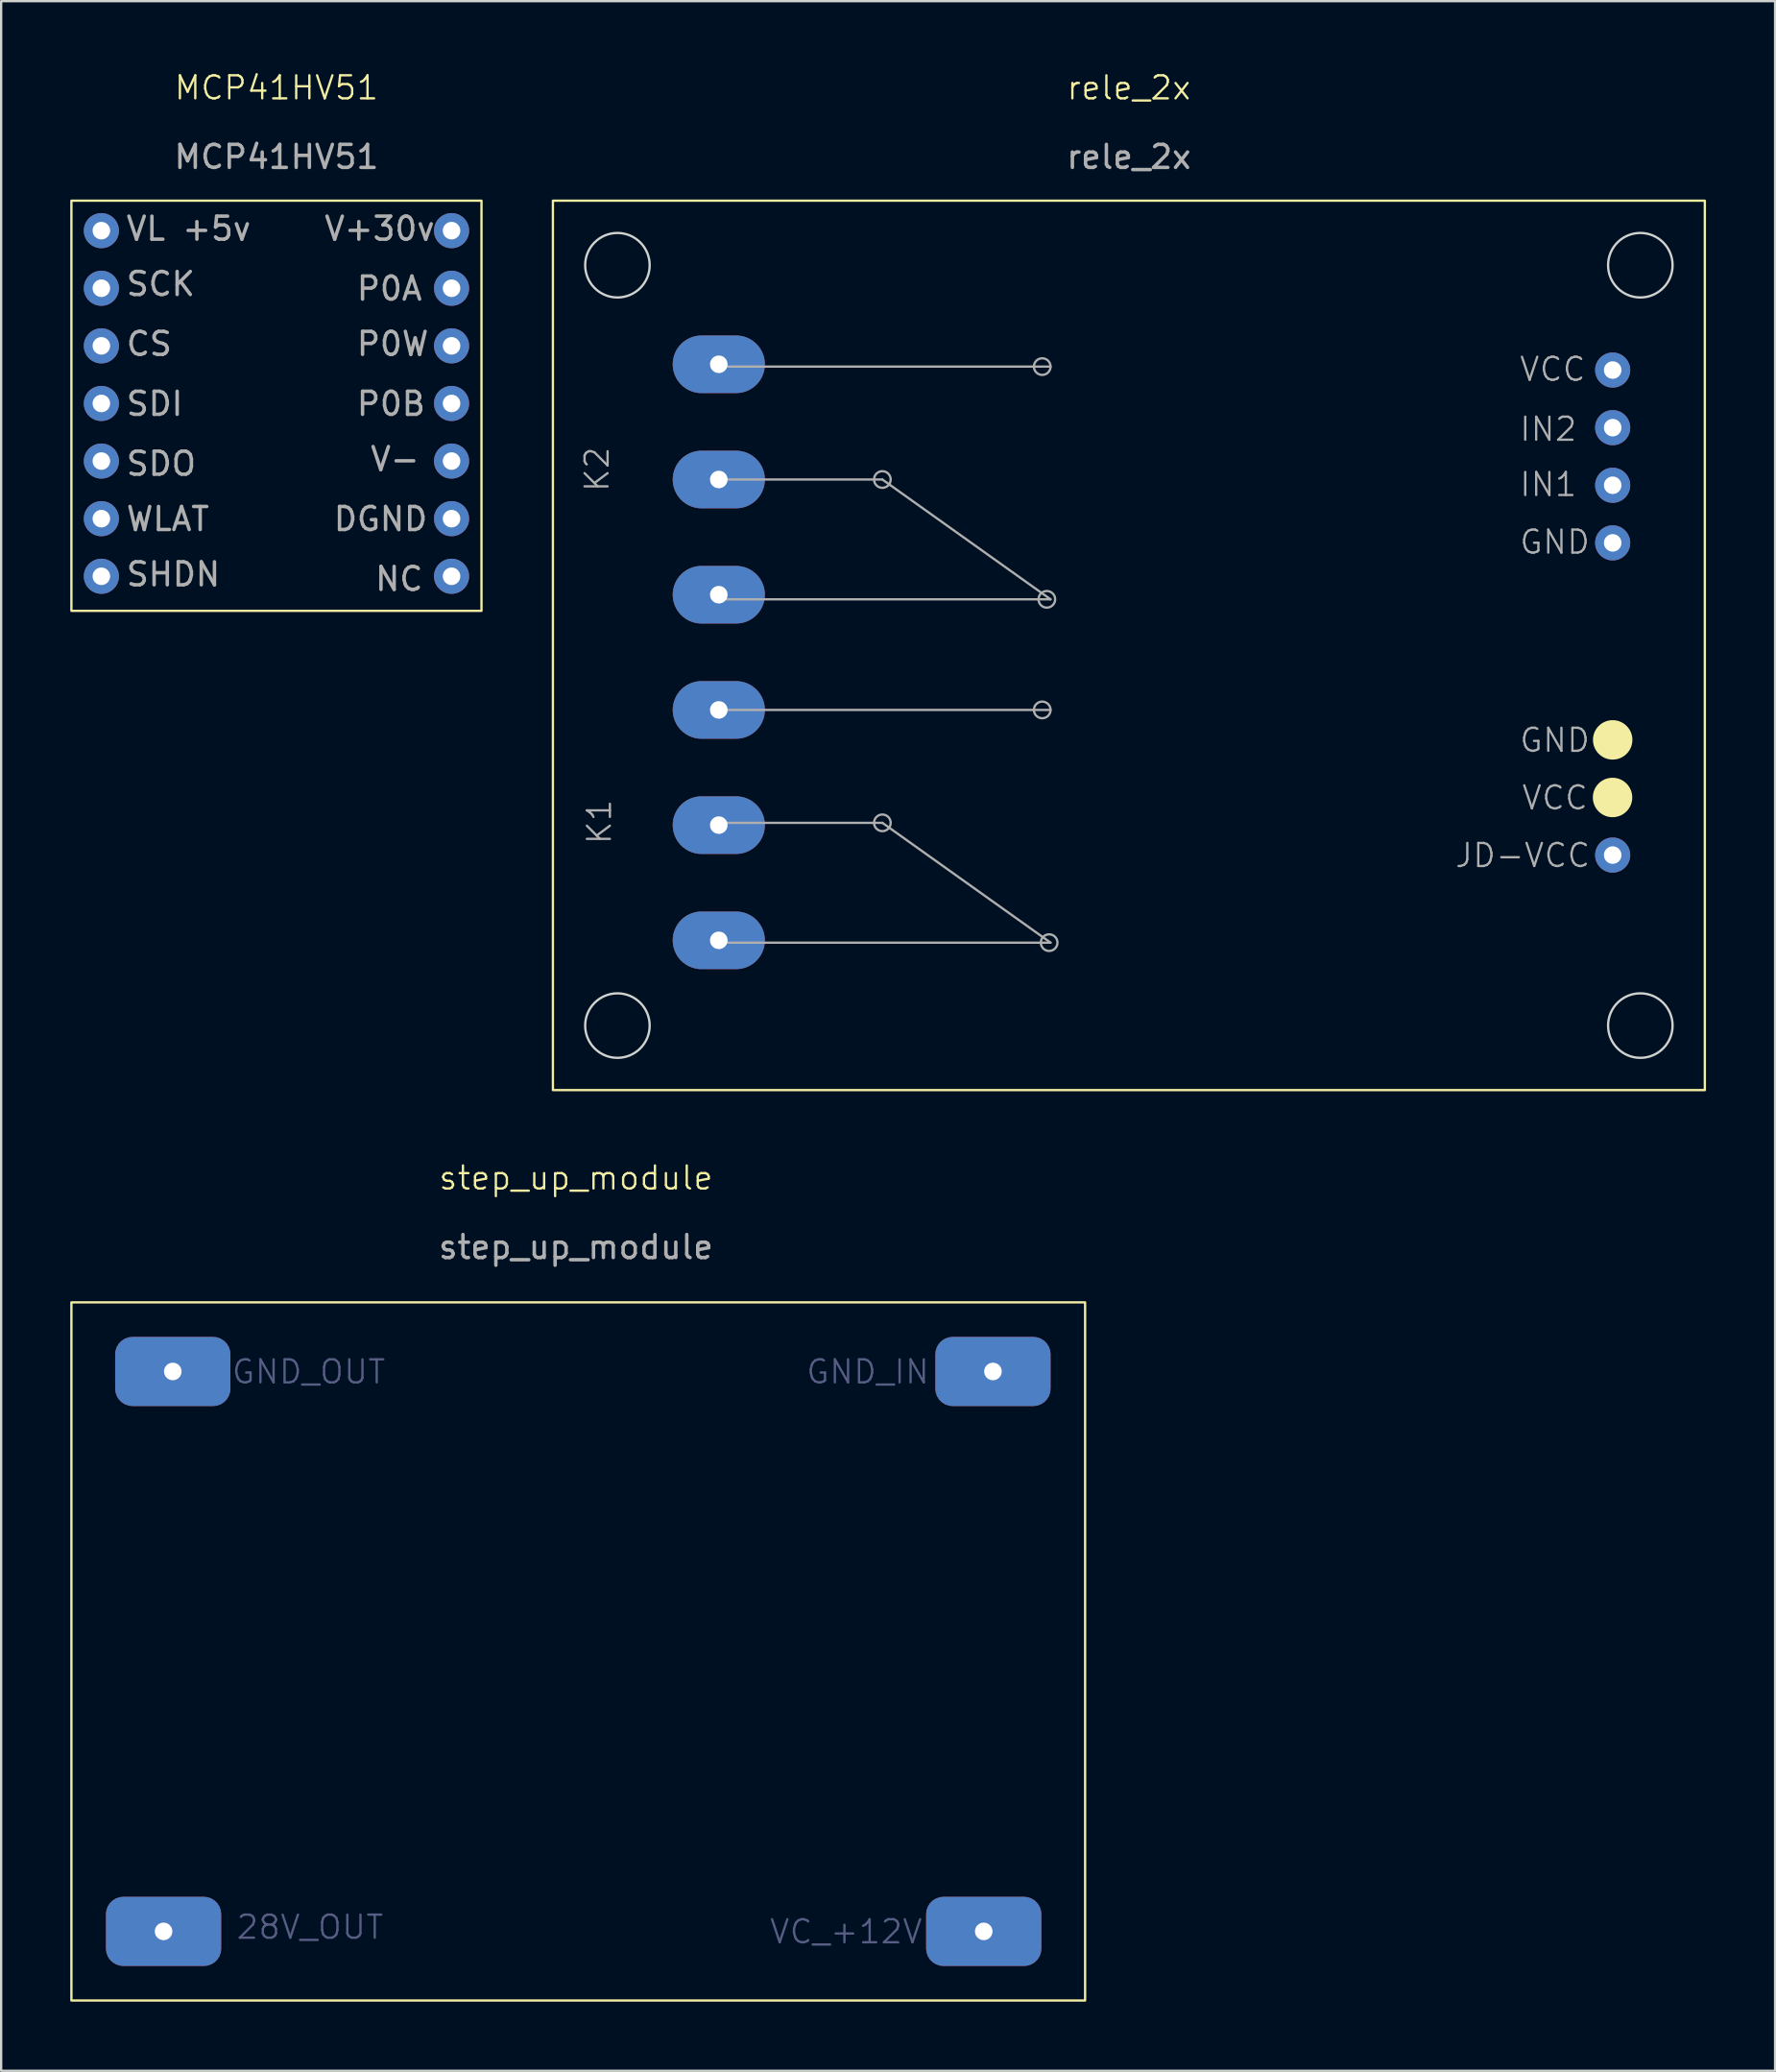
<source format=kicad_pcb>
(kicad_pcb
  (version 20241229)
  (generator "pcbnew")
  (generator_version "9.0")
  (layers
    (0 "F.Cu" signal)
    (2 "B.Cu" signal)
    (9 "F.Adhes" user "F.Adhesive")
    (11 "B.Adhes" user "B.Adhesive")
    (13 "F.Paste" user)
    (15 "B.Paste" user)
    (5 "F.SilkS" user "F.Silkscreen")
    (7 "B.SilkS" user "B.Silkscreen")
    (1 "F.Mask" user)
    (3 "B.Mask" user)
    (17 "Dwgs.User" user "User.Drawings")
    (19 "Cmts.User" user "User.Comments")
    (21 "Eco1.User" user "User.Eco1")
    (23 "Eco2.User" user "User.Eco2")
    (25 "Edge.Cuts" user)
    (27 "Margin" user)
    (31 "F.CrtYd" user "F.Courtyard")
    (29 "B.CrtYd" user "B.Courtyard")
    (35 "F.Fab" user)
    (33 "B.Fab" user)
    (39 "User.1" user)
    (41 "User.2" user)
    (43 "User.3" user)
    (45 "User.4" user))
  (footprint "MCP41HV51"
    (layer "F.Cu")
    (at 8.95 1.26)
    (property "Reference" "MCP41HV51" (at 0 -0.5 0) (unlocked yes) (layer "F.SilkS") (effects (font (size 1 1) (thickness 0.1))))
    (attr through_hole)
    (fp_rect (start -8.9 4.4) (end 8.9 22.2) (stroke (width 0.1) (type default)) (fill no) (layer "F.SilkS"))
    (fp_text user "NC" (at 4.2 21.4 0) (unlocked yes) (layer "F.Fab") (effects (font (size 1 1) (thickness 0.15)) (justify left bottom)))
    (fp_text user "VL +5v" (at -6.6 6.2 0) (unlocked yes) (layer "F.Fab") (effects (font (size 1 1) (thickness 0.15)) (justify left bottom)))
    (fp_text user "V+30v" (at 2 6.2 0) (unlocked yes) (layer "F.Fab") (effects (font (size 1 1) (thickness 0.15)) (justify left bottom)))
    (fp_text user "P0B" (at 3.4 13.8 0) (unlocked yes) (layer "F.Fab") (effects (font (size 1 1) (thickness 0.15)) (justify left bottom)))
    (fp_text user "SHDN" (at -6.6 21.2 0) (unlocked yes) (layer "F.Fab") (effects (font (size 1 1) (thickness 0.15)) (justify left bottom)))
    (fp_text user "P0W" (at 3.4 11.2 0) (unlocked yes) (layer "F.Fab") (effects (font (size 1 1) (thickness 0.15)) (justify left bottom)))
    (fp_text user "V-" (at 4 16.2 0) (unlocked yes) (layer "F.Fab") (effects (font (size 1 1) (thickness 0.15)) (justify left bottom)))
    (fp_text user "${REFERENCE}" (at 0 2.5 0) (unlocked yes) (layer "F.Fab") (effects (font (size 1 1) (thickness 0.15))))
    (fp_text user "SDO" (at -6.6 16.4 0) (unlocked yes) (layer "F.Fab") (effects (font (size 1 1) (thickness 0.15)) (justify left bottom)))
    (fp_text user "DGND" (at 2.4 18.8 0) (unlocked yes) (layer "F.Fab") (effects (font (size 1 1) (thickness 0.15)) (justify left bottom)))
    (fp_text user "CS" (at -6.6 11.2 0) (unlocked yes) (layer "F.Fab") (effects (font (size 1 1) (thickness 0.15)) (justify left bottom)))
    (fp_text user "P0A" (at 3.4 8.8 0) (unlocked yes) (layer "F.Fab") (effects (font (size 1 1) (thickness 0.15)) (justify left bottom)))
    (fp_text user "SCK" (at -6.6 8.6 0) (unlocked yes) (layer "F.Fab") (effects (font (size 1 1) (thickness 0.15)) (justify left bottom)))
    (fp_text user "WLAT" (at -6.6 18.8 0) (unlocked yes) (layer "F.Fab") (effects (font (size 1 1) (thickness 0.15)) (justify left bottom)))
    (fp_text user "SDI" (at -6.6 13.8 0) (unlocked yes) (layer "F.Fab") (effects (font (size 1 1) (thickness 0.15)) (justify left bottom)))
    (pad "1" thru_hole circle (at -7.6 5.7) (size 1.524 1.524) (drill 0.762) (layers "*.Cu" "*.Mask"))
    (pad "2" thru_hole circle (at -7.6 8.2) (size 1.524 1.524) (drill 0.762) (layers "*.Cu" "*.Mask"))
    (pad "3" thru_hole circle (at -7.6 10.7) (size 1.524 1.524) (drill 0.762) (layers "*.Cu" "*.Mask"))
    (pad "4" thru_hole circle (at -7.6 13.2) (size 1.524 1.524) (drill 0.762) (layers "*.Cu" "*.Mask"))
    (pad "5" thru_hole circle (at -7.6 15.7) (size 1.524 1.524) (drill 0.762) (layers "*.Cu" "*.Mask"))
    (pad "6" thru_hole circle (at -7.6 18.2) (size 1.524 1.524) (drill 0.762) (layers "*.Cu" "*.Mask"))
    (pad "7" thru_hole circle (at -7.6 20.7) (size 1.524 1.524) (drill 0.762) (layers "*.Cu" "*.Mask"))
    (pad "8" thru_hole circle (at 7.6 20.7) (size 1.524 1.524) (drill 0.762) (layers "*.Cu" "*.Mask"))
    (pad "9" thru_hole circle (at 7.6 18.2) (size 1.524 1.524) (drill 0.762) (layers "*.Cu" "*.Mask"))
    (pad "10" thru_hole circle (at 7.6 15.7) (size 1.524 1.524) (drill 0.762) (layers "*.Cu" "*.Mask"))
    (pad "11" thru_hole circle (at 7.6 13.2) (size 1.524 1.524) (drill 0.762) (layers "*.Cu" "*.Mask"))
    (pad "12" thru_hole circle (at 7.6 10.7) (size 1.524 1.524) (drill 0.762) (layers "*.Cu" "*.Mask"))
    (pad "13" thru_hole circle (at 7.6 8.2) (size 1.524 1.524) (drill 0.762) (layers "*.Cu" "*.Mask"))
    (pad "14" thru_hole circle (at 7.6 5.7) (size 1.524 1.524) (drill 0.762) (layers "*.Cu" "*.Mask")))
  (footprint "rele_2x"
    (layer "F.Cu")
    (at 45.95 1.26)
    (property "Reference" "rele_2x" (at 0 -0.5 0) (unlocked yes) (layer "F.SilkS") (effects (font (size 1 1) (thickness 0.1))))
    (attr through_hole)
    (fp_rect (start -25 4.4) (end 25 43) (stroke (width 0.1) (type default)) (fill no) (layer "F.SilkS"))
    (fp_circle (center 20.994 30.3) (end 21.8 30.3) (stroke (width 0.1) (type solid)) (fill yes) (layer "F.SilkS"))
    (fp_circle (center 21 27.8) (end 21.806 27.8) (stroke (width 0.1) (type solid)) (fill yes) (layer "F.SilkS"))
    (fp_circle (center -22.2 7.2) (end -20.8 7.2) (stroke (width 0.1) (type default)) (fill no) (layer "Edge.Cuts"))
    (fp_circle (center -22.2 40.2) (end -20.8 40.2) (stroke (width 0.1) (type default)) (fill no) (layer "Edge.Cuts"))
    (fp_circle (center 22.2 7.2) (end 23.6 7.2) (stroke (width 0.1) (type default)) (fill no) (layer "Edge.Cuts"))
    (fp_circle (center 22.2 40.2) (end 23.6 40.2) (stroke (width 0.1) (type default)) (fill no) (layer "Edge.Cuts"))
    (fp_line (start -17.8 11.6) (end -3.4 11.6) (stroke (width 0.1) (type default)) (layer "F.Fab"))
    (fp_line (start -17.8 21.7) (end -3.4 21.7) (stroke (width 0.1) (type default)) (layer "F.Fab"))
    (fp_line (start -17.8 26.5) (end -3.4 26.5) (stroke (width 0.1) (type default)) (layer "F.Fab"))
    (fp_line (start -17.8 36.6) (end -3.4 36.6) (stroke (width 0.1) (type default)) (layer "F.Fab"))
    (fp_line (start -17.7 16.5) (end -10.7 16.5) (stroke (width 0.1) (type default)) (layer "F.Fab"))
    (fp_line (start -17.7 31.4) (end -10.7 31.4) (stroke (width 0.1) (type default)) (layer "F.Fab"))
    (fp_line (start -10.7 16.5) (end -3.4 21.7) (stroke (width 0.1) (type default)) (layer "F.Fab"))
    (fp_line (start -10.7 31.4) (end -3.4 36.6) (stroke (width 0.1) (type default)) (layer "F.Fab"))
    (fp_circle (center -10.7 16.5) (end -10.339 16.5) (stroke (width 0.1) (type solid)) (fill no) (layer "F.Fab"))
    (fp_circle (center -10.7 31.4) (end -10.339 31.4) (stroke (width 0.1) (type solid)) (fill no) (layer "F.Fab"))
    (fp_circle (center -3.761 11.6) (end -3.4 11.6) (stroke (width 0.1) (type solid)) (fill no) (layer "F.Fab"))
    (fp_circle (center -3.761 26.5) (end -3.4 26.5) (stroke (width 0.1) (type solid)) (fill no) (layer "F.Fab"))
    (fp_circle (center -3.561 21.7) (end -3.2 21.7) (stroke (width 0.1) (type solid)) (fill no) (layer "F.Fab"))
    (fp_circle (center -3.461 36.6) (end -3.1 36.6) (stroke (width 0.1) (type solid)) (fill no) (layer "F.Fab"))
    (fp_text user "K1" (at -22.4 32.4 90) (unlocked yes) (layer "F.Fab") (effects (font (size 1 1) (thickness 0.1)) (justify left bottom)))
    (fp_text user "VCC" (at 17 30.9 0) (unlocked yes) (layer "F.Fab") (effects (font (size 1 1) (thickness 0.1)) (justify left bottom)))
    (fp_text user "IN2" (at 16.9 14.9 0) (unlocked yes) (layer "F.Fab") (effects (font (size 1 1) (thickness 0.1)) (justify left bottom)))
    (fp_text user "GND" (at 16.9 28.4 0) (unlocked yes) (layer "F.Fab") (effects (font (size 1 1) (thickness 0.1)) (justify left bottom)))
    (fp_text user "GND" (at 16.9 19.8 0) (unlocked yes) (layer "F.Fab") (effects (font (size 1 1) (thickness 0.1)) (justify left bottom)))
    (fp_text user "IN1" (at 16.9 17.3 0) (unlocked yes) (layer "F.Fab") (effects (font (size 1 1) (thickness 0.1)) (justify left bottom)))
    (fp_text user "K2" (at -22.5 17.1 90) (unlocked yes) (layer "F.Fab") (effects (font (size 1 1) (thickness 0.1)) (justify left bottom)))
    (fp_text user "JD-VCC" (at 14.1 33.4 0) (unlocked yes) (layer "F.Fab") (effects (font (size 1 1) (thickness 0.1)) (justify left bottom)))
    (fp_text user "${REFERENCE}" (at 0 2.5 0) (unlocked yes) (layer "F.Fab") (effects (font (size 1 1) (thickness 0.15))))
    (fp_text user "VCC" (at 16.9 12.3 0) (unlocked yes) (layer "F.Fab") (effects (font (size 1 1) (thickness 0.1)) (justify left bottom)))
    (pad "1" thru_hole circle (at 21 19.25) (size 1.524 1.524) (drill 0.762) (layers "*.Cu" "*.Mask"))
    (pad "2" thru_hole circle (at 21 11.75) (size 1.524 1.524) (drill 0.762) (layers "*.Cu" "*.Mask"))
    (pad "3" thru_hole circle (at 21 32.8) (size 1.524 1.524) (drill 0.762) (layers "*.Cu" "*.Mask"))
    (pad "11" thru_hole oval (at -17.8 36.5 180) (size 4 2.5) (drill 0.762) (layers "*.Cu" "*.Mask"))
    (pad "12" thru_hole oval (at -17.8 31.5) (size 4 2.5) (drill 0.762) (layers "*.Cu" "*.Mask"))
    (pad "13" thru_hole oval (at -17.8 26.5 180) (size 4 2.5) (drill 0.762) (layers "*.Cu" "*.Mask"))
    (pad "14" thru_hole circle (at 21 16.75) (size 1.524 1.524) (drill 0.762) (layers "*.Cu" "*.Mask"))
    (pad "21" thru_hole oval (at -17.8 21.5) (size 4 2.5) (drill 0.762) (layers "*.Cu" "*.Mask"))
    (pad "22" thru_hole oval (at -17.8 16.5 180) (size 4 2.5) (drill 0.762) (layers "*.Cu" "*.Mask"))
    (pad "23" thru_hole oval (at -17.8 11.5) (size 4 2.5) (drill 0.762) (layers "*.Cu" "*.Mask"))
    (pad "24" thru_hole circle (at 21 14.25) (size 1.524 1.524) (drill 0.762) (layers "*.Cu" "*.Mask")))
  (footprint "step_up_module"
    (layer "F.Cu")
    (at 21.95 48.571)
    (property "Reference" "step_up_module" (at 0 -0.5 0) (unlocked yes) (layer "F.SilkS") (effects (font (size 1 1) (thickness 0.1))))
    (attr through_hole)
    (fp_rect (start -21.9 4.9) (end 22.1 35.2) (stroke (width 0.1) (type default)) (fill no) (layer "F.SilkS"))
    (fp_text user "GND_OUT" (at -15 8.5 0) (unlocked yes) (layer "B.Fab") (effects (font (size 1 1) (thickness 0.1)) (justify left bottom)))
    (fp_text user "28V_OUT" (at -14.8 32.6 0) (unlocked yes) (layer "B.Fab") (effects (font (size 1 1) (thickness 0.1)) (justify left bottom)))
    (fp_text user "GND_IN" (at 15.4 8.5 0) (unlocked yes) (layer "B.Fab") (effects (font (size 1 1) (thickness 0.1)) (justify right bottom)))
    (fp_text user "VC_+12V" (at 15.1 32.8 0) (unlocked yes) (layer "B.Fab") (effects (font (size 1 1) (thickness 0.1)) (justify right bottom)))
    (fp_text user "${REFERENCE}" (at 0 2.5 0) (unlocked yes) (layer "F.Fab") (effects (font (size 1 1) (thickness 0.15))))
    (pad "1" thru_hole roundrect (at 17.7 32.2) (size 5 3) (drill 0.762) (layers "*.Cu" "*.Mask") (roundrect_rratio 0.25) (chamfer_ratio 0.2) (chamfer))
    (pad "2" thru_hole roundrect (at 18.1 7.9) (size 5 3) (drill 0.762) (layers "*.Cu" "*.Mask") (roundrect_rratio 0.25) (chamfer_ratio 0.2) (chamfer))
    (pad "3" thru_hole roundrect (at -17.9 32.2) (size 5 3) (drill 0.762) (layers "*.Cu" "*.Mask") (roundrect_rratio 0.25) (chamfer_ratio 0.2) (chamfer))
    (pad "4" thru_hole roundrect (at -17.5 7.9) (size 5 3) (drill 0.762) (layers "*.Cu" "*.Mask") (roundrect_rratio 0.25) (chamfer_ratio 0.2) (chamfer)))
  (gr_rect
    (start -3 -3)
    (end 74 86.821)
    (stroke (width 0.1) (type default))
    (fill no)
    (layer "Edge.Cuts")))
</source>
